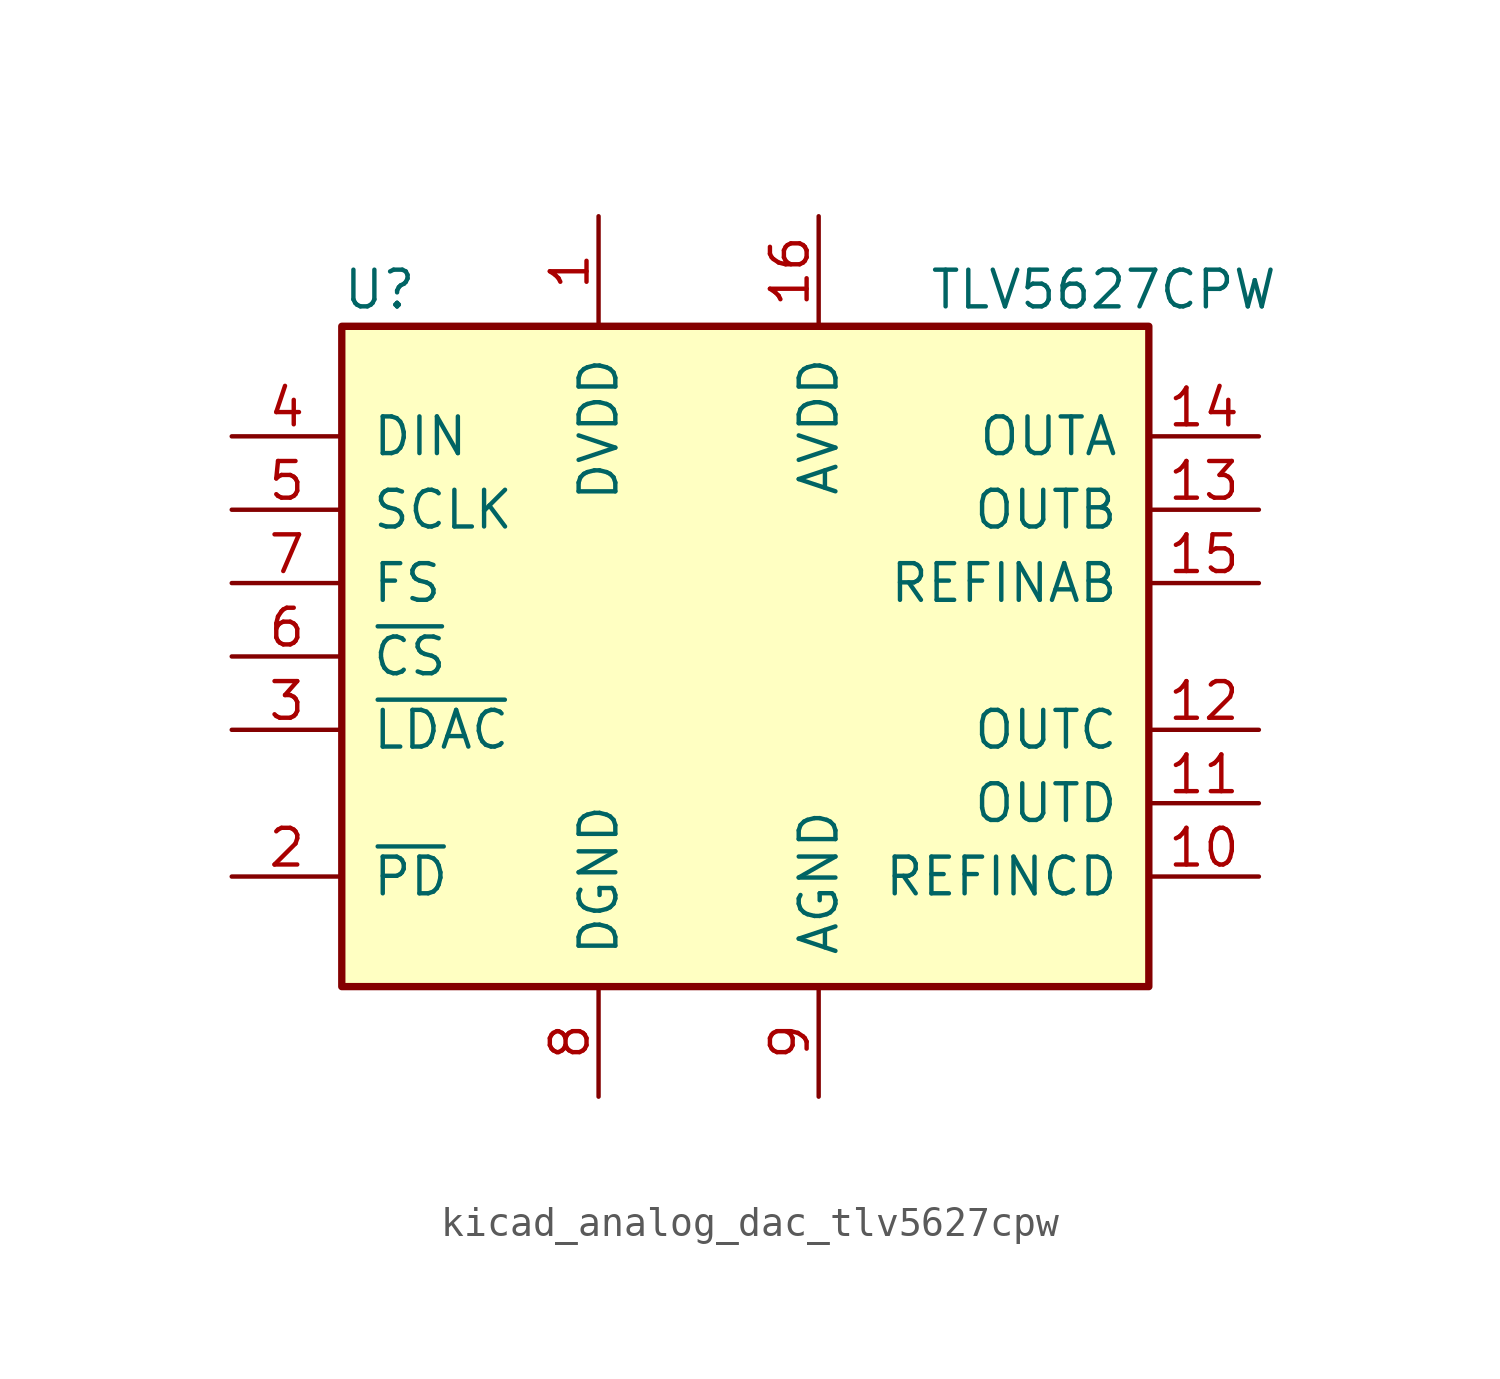
<source format=kicad_sym>
(kicad_symbol_lib
  (version 20220914)
  (generator kicad_symbol_editor)
  (symbol "kicad_analog_dac_tlv5627cpw"
    (pin_names
      (offset 1.016))
    (property "Reference" "U"
      (at -13.97 12.7 0)
      (effects (font (size 1.27 1.27)) (justify left)))
    (property "Value" "TLV5627CPW"
      (at 6.35 12.7 0)
      (effects (font (size 1.27 1.27)) (justify left)))
    (symbol "kicad_analog_dac_tlv5627cpw_0_1"
      (rectangle (start -13.97 11.43) (end 13.97 -11.43) (stroke (width 0.254) (type default)) (fill (type background))))
    (symbol "kicad_analog_dac_tlv5627cpw_1_1"
      (pin power_in line (at -5.08 15.24 270) (length 3.81) (name "DVDD" (effects (font (size 1.27 1.27)))) (number "1" (effects (font (size 1.27 1.27)))))
      (pin input line (at 17.78 -7.62 180) (length 3.81) (name "REFINCD" (effects (font (size 1.27 1.27)))) (number "10" (effects (font (size 1.27 1.27)))))
      (pin output line (at 17.78 -5.08 180) (length 3.81) (name "OUTD" (effects (font (size 1.27 1.27)))) (number "11" (effects (font (size 1.27 1.27)))))
      (pin output line (at 17.78 -2.54 180) (length 3.81) (name "OUTC" (effects (font (size 1.27 1.27)))) (number "12" (effects (font (size 1.27 1.27)))))
      (pin output line (at 17.78 5.08 180) (length 3.81) (name "OUTB" (effects (font (size 1.27 1.27)))) (number "13" (effects (font (size 1.27 1.27)))))
      (pin output line (at 17.78 7.62 180) (length 3.81) (name "OUTA" (effects (font (size 1.27 1.27)))) (number "14" (effects (font (size 1.27 1.27)))))
      (pin input line (at 17.78 2.54 180) (length 3.81) (name "REFINAB" (effects (font (size 1.27 1.27)))) (number "15" (effects (font (size 1.27 1.27)))))
      (pin power_in line (at 2.54 15.24 270) (length 3.81) (name "AVDD" (effects (font (size 1.27 1.27)))) (number "16" (effects (font (size 1.27 1.27)))))
      (pin input line (at -17.78 -7.62 0) (length 3.81) (name "~{PD}" (effects (font (size 1.27 1.27)))) (number "2" (effects (font (size 1.27 1.27)))))
      (pin input line (at -17.78 -2.54 0) (length 3.81) (name "~{LDAC}" (effects (font (size 1.27 1.27)))) (number "3" (effects (font (size 1.27 1.27)))))
      (pin input line (at -17.78 7.62 0) (length 3.81) (name "DIN" (effects (font (size 1.27 1.27)))) (number "4" (effects (font (size 1.27 1.27)))))
      (pin input line (at -17.78 5.08 0) (length 3.81) (name "SCLK" (effects (font (size 1.27 1.27)))) (number "5" (effects (font (size 1.27 1.27)))))
      (pin input line (at -17.78 0 0) (length 3.81) (name "~{CS}" (effects (font (size 1.27 1.27)))) (number "6" (effects (font (size 1.27 1.27)))))
      (pin input line (at -17.78 2.54 0) (length 3.81) (name "FS" (effects (font (size 1.27 1.27)))) (number "7" (effects (font (size 1.27 1.27)))))
      (pin power_in line (at -5.08 -15.24 90) (length 3.81) (name "DGND" (effects (font (size 1.27 1.27)))) (number "8" (effects (font (size 1.27 1.27)))))
      (pin power_in line (at 2.54 -15.24 90) (length 3.81) (name "AGND" (effects (font (size 1.27 1.27)))) (number "9" (effects (font (size 1.27 1.27))))))))
</source>
